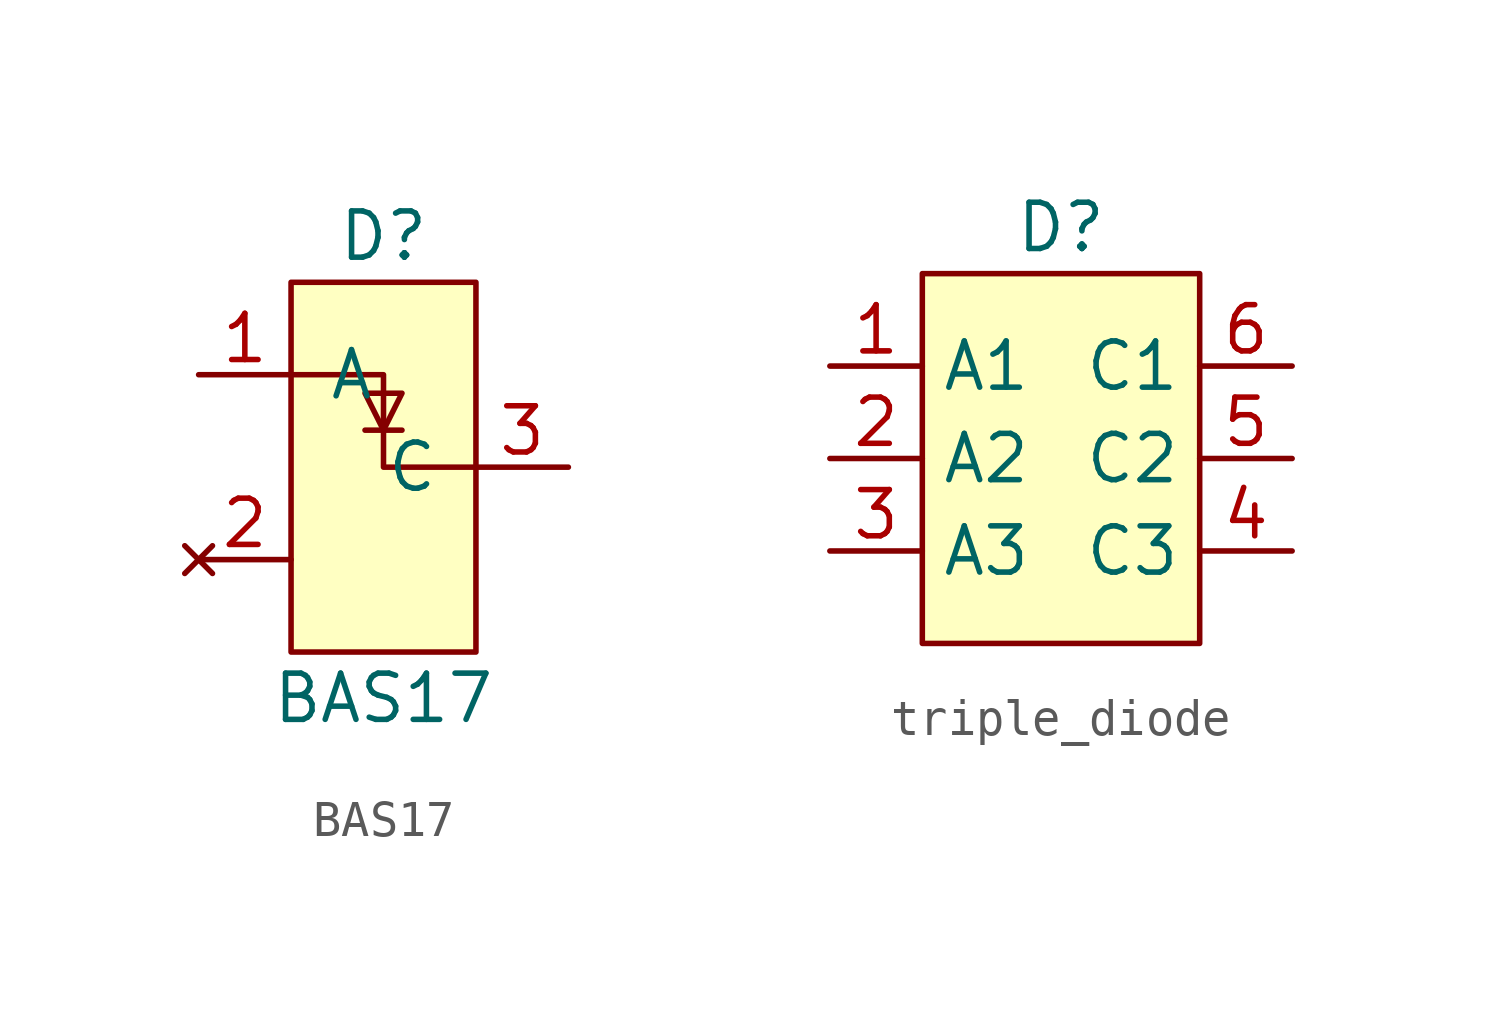
<source format=kicad_sym>
(kicad_symbol_lib
  (version 20220914)
  (generator kicad_symbol_editor)
  (symbol "BAS17"
    (pin_names
      (offset 1.016))
    (property "Reference" "D"
      (at 0 6.35 0)
      (effects (font (size 1.27 1.27))))
    (property "Value" "BAS17"
      (at 0 -6.35 0)
      (effects (font (size 1.27 1.27))))
    (symbol "BAS17_0_1"
      (rectangle (start -2.54 5.08) (end 2.54 -5.08) (stroke (width 0) (type default)) (fill (type background)))
      (polyline (pts (xy 0 1.016) (xy -0.508 1.016)) (stroke (width 0) (type default)) (fill (type none)))
      (polyline (pts (xy 0 1.016) (xy 0.508 1.016)) (stroke (width 0) (type default)) (fill (type none)))
      (polyline (pts (xy -2.54 2.54) (xy 0 2.54) (xy 0 0) (xy 2.54 0)) (stroke (width 0) (type default)) (fill (type none)))
      (polyline (pts (xy 0 1.016) (xy -0.508 2.032) (xy 0.508 2.032) (xy 0 1.016)) (stroke (width 0) (type default)) (fill (type none))))
    (symbol "BAS17_1_1"
      (pin passive line (at -5.08 2.54 0) (length 2.54) (name "A" (effects (font (size 1.27 1.27)))) (number "1" (effects (font (size 1.27 1.27)))))
      (pin no_connect line (at -5.08 -2.54 0) (length 2.54) (name "~" (effects (font (size 1.27 1.27)))) (number "2" (effects (font (size 1.27 1.27)))))
      (pin passive line (at 5.08 0 180) (length 2.54) (name "C" (effects (font (size 1.27 1.27)))) (number "3" (effects (font (size 1.27 1.27)))))))
  (symbol "triple_diode"
    (property "Reference" "D"
      (at 0 6.35 0)
      (effects (font (size 1.27 1.27))))
    (property "Value" ""
      (at 0 0 0)
      (effects (font (size 1.27 1.27))))
    (symbol "triple_diode_1_1"
      (rectangle (start -3.81 5.08) (end 3.81 -5.08) (stroke (width 0) (type default)) (fill (type background)))
      (pin passive line (at -6.35 2.54 0) (length 2.54) (name "A1" (effects (font (size 1.27 1.27)))) (number "1" (effects (font (size 1.27 1.27)))))
      (pin passive line (at -6.35 0 0) (length 2.54) (name "A2" (effects (font (size 1.27 1.27)))) (number "2" (effects (font (size 1.27 1.27)))))
      (pin passive line (at -6.35 -2.54 0) (length 2.54) (name "A3" (effects (font (size 1.27 1.27)))) (number "3" (effects (font (size 1.27 1.27)))))
      (pin passive line (at 6.35 -2.54 180) (length 2.54) (name "C3" (effects (font (size 1.27 1.27)))) (number "4" (effects (font (size 1.27 1.27)))))
      (pin passive line (at 6.35 0 180) (length 2.54) (name "C2" (effects (font (size 1.27 1.27)))) (number "5" (effects (font (size 1.27 1.27)))))
      (pin passive line (at 6.35 2.54 180) (length 2.54) (name "C1" (effects (font (size 1.27 1.27)))) (number "6" (effects (font (size 1.27 1.27))))))))
</source>
